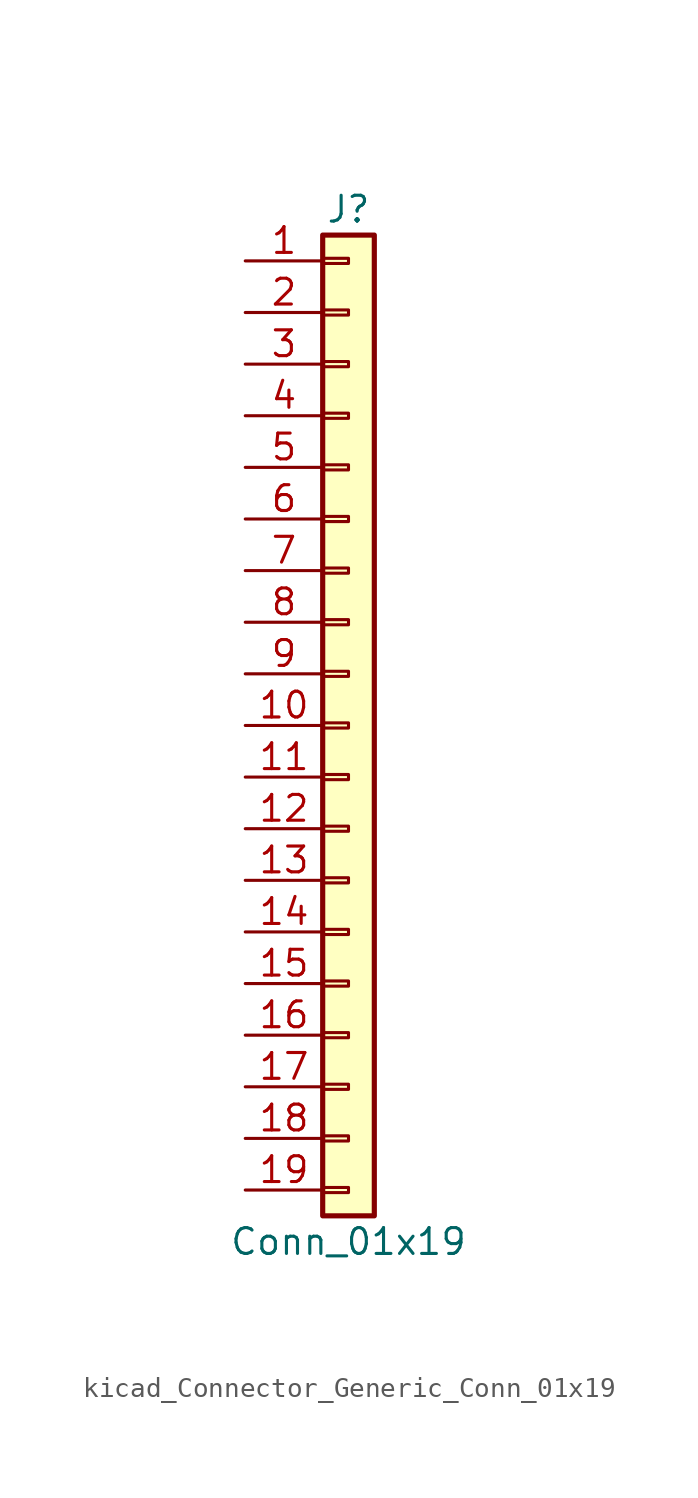
<source format=kicad_sym>
(kicad_symbol_lib
  (version 20220914)
  (generator kicad_symbol_editor)
  (symbol "kicad_Connector_Generic_Conn_01x19"
    (pin_names
      (offset 1.016) hide)
    (property "Reference" "J"
      (at 0 25.4 0)
      (effects (font (size 1.27 1.27))))
    (property "Value" "Conn_01x19"
      (at 0 -25.4 0)
      (effects (font (size 1.27 1.27))))
    (symbol "kicad_Connector_Generic_Conn_01x19_1_1"
      (rectangle (start -1.27 -22.733) (end 0 -22.987) (stroke (width 0.152) (type default)) (fill (type none)))
      (rectangle (start -1.27 -20.193) (end 0 -20.447) (stroke (width 0.152) (type default)) (fill (type none)))
      (rectangle (start -1.27 -17.653) (end 0 -17.907) (stroke (width 0.152) (type default)) (fill (type none)))
      (rectangle (start -1.27 -15.113) (end 0 -15.367) (stroke (width 0.152) (type default)) (fill (type none)))
      (rectangle (start -1.27 -12.573) (end 0 -12.827) (stroke (width 0.152) (type default)) (fill (type none)))
      (rectangle (start -1.27 -10.033) (end 0 -10.287) (stroke (width 0.152) (type default)) (fill (type none)))
      (rectangle (start -1.27 -7.493) (end 0 -7.747) (stroke (width 0.152) (type default)) (fill (type none)))
      (rectangle (start -1.27 -4.953) (end 0 -5.207) (stroke (width 0.152) (type default)) (fill (type none)))
      (rectangle (start -1.27 -2.413) (end 0 -2.667) (stroke (width 0.152) (type default)) (fill (type none)))
      (rectangle (start -1.27 0.127) (end 0 -0.127) (stroke (width 0.152) (type default)) (fill (type none)))
      (rectangle (start -1.27 2.667) (end 0 2.413) (stroke (width 0.152) (type default)) (fill (type none)))
      (rectangle (start -1.27 5.207) (end 0 4.953) (stroke (width 0.152) (type default)) (fill (type none)))
      (rectangle (start -1.27 7.747) (end 0 7.493) (stroke (width 0.152) (type default)) (fill (type none)))
      (rectangle (start -1.27 10.287) (end 0 10.033) (stroke (width 0.152) (type default)) (fill (type none)))
      (rectangle (start -1.27 12.827) (end 0 12.573) (stroke (width 0.152) (type default)) (fill (type none)))
      (rectangle (start -1.27 15.367) (end 0 15.113) (stroke (width 0.152) (type default)) (fill (type none)))
      (rectangle (start -1.27 17.907) (end 0 17.653) (stroke (width 0.152) (type default)) (fill (type none)))
      (rectangle (start -1.27 20.447) (end 0 20.193) (stroke (width 0.152) (type default)) (fill (type none)))
      (rectangle (start -1.27 22.987) (end 0 22.733) (stroke (width 0.152) (type default)) (fill (type none)))
      (rectangle (start -1.27 24.13) (end 1.27 -24.13) (stroke (width 0.254) (type default)) (fill (type background)))
      (pin passive line (at -5.08 22.86 0) (length 3.81) (name "Pin_1" (effects (font (size 1.27 1.27)))) (number "1" (effects (font (size 1.27 1.27)))))
      (pin passive line (at -5.08 0 0) (length 3.81) (name "Pin_10" (effects (font (size 1.27 1.27)))) (number "10" (effects (font (size 1.27 1.27)))))
      (pin passive line (at -5.08 -2.54 0) (length 3.81) (name "Pin_11" (effects (font (size 1.27 1.27)))) (number "11" (effects (font (size 1.27 1.27)))))
      (pin passive line (at -5.08 -5.08 0) (length 3.81) (name "Pin_12" (effects (font (size 1.27 1.27)))) (number "12" (effects (font (size 1.27 1.27)))))
      (pin passive line (at -5.08 -7.62 0) (length 3.81) (name "Pin_13" (effects (font (size 1.27 1.27)))) (number "13" (effects (font (size 1.27 1.27)))))
      (pin passive line (at -5.08 -10.16 0) (length 3.81) (name "Pin_14" (effects (font (size 1.27 1.27)))) (number "14" (effects (font (size 1.27 1.27)))))
      (pin passive line (at -5.08 -12.7 0) (length 3.81) (name "Pin_15" (effects (font (size 1.27 1.27)))) (number "15" (effects (font (size 1.27 1.27)))))
      (pin passive line (at -5.08 -15.24 0) (length 3.81) (name "Pin_16" (effects (font (size 1.27 1.27)))) (number "16" (effects (font (size 1.27 1.27)))))
      (pin passive line (at -5.08 -17.78 0) (length 3.81) (name "Pin_17" (effects (font (size 1.27 1.27)))) (number "17" (effects (font (size 1.27 1.27)))))
      (pin passive line (at -5.08 -20.32 0) (length 3.81) (name "Pin_18" (effects (font (size 1.27 1.27)))) (number "18" (effects (font (size 1.27 1.27)))))
      (pin passive line (at -5.08 -22.86 0) (length 3.81) (name "Pin_19" (effects (font (size 1.27 1.27)))) (number "19" (effects (font (size 1.27 1.27)))))
      (pin passive line (at -5.08 20.32 0) (length 3.81) (name "Pin_2" (effects (font (size 1.27 1.27)))) (number "2" (effects (font (size 1.27 1.27)))))
      (pin passive line (at -5.08 17.78 0) (length 3.81) (name "Pin_3" (effects (font (size 1.27 1.27)))) (number "3" (effects (font (size 1.27 1.27)))))
      (pin passive line (at -5.08 15.24 0) (length 3.81) (name "Pin_4" (effects (font (size 1.27 1.27)))) (number "4" (effects (font (size 1.27 1.27)))))
      (pin passive line (at -5.08 12.7 0) (length 3.81) (name "Pin_5" (effects (font (size 1.27 1.27)))) (number "5" (effects (font (size 1.27 1.27)))))
      (pin passive line (at -5.08 10.16 0) (length 3.81) (name "Pin_6" (effects (font (size 1.27 1.27)))) (number "6" (effects (font (size 1.27 1.27)))))
      (pin passive line (at -5.08 7.62 0) (length 3.81) (name "Pin_7" (effects (font (size 1.27 1.27)))) (number "7" (effects (font (size 1.27 1.27)))))
      (pin passive line (at -5.08 5.08 0) (length 3.81) (name "Pin_8" (effects (font (size 1.27 1.27)))) (number "8" (effects (font (size 1.27 1.27)))))
      (pin passive line (at -5.08 2.54 0) (length 3.81) (name "Pin_9" (effects (font (size 1.27 1.27)))) (number "9" (effects (font (size 1.27 1.27))))))))
</source>
